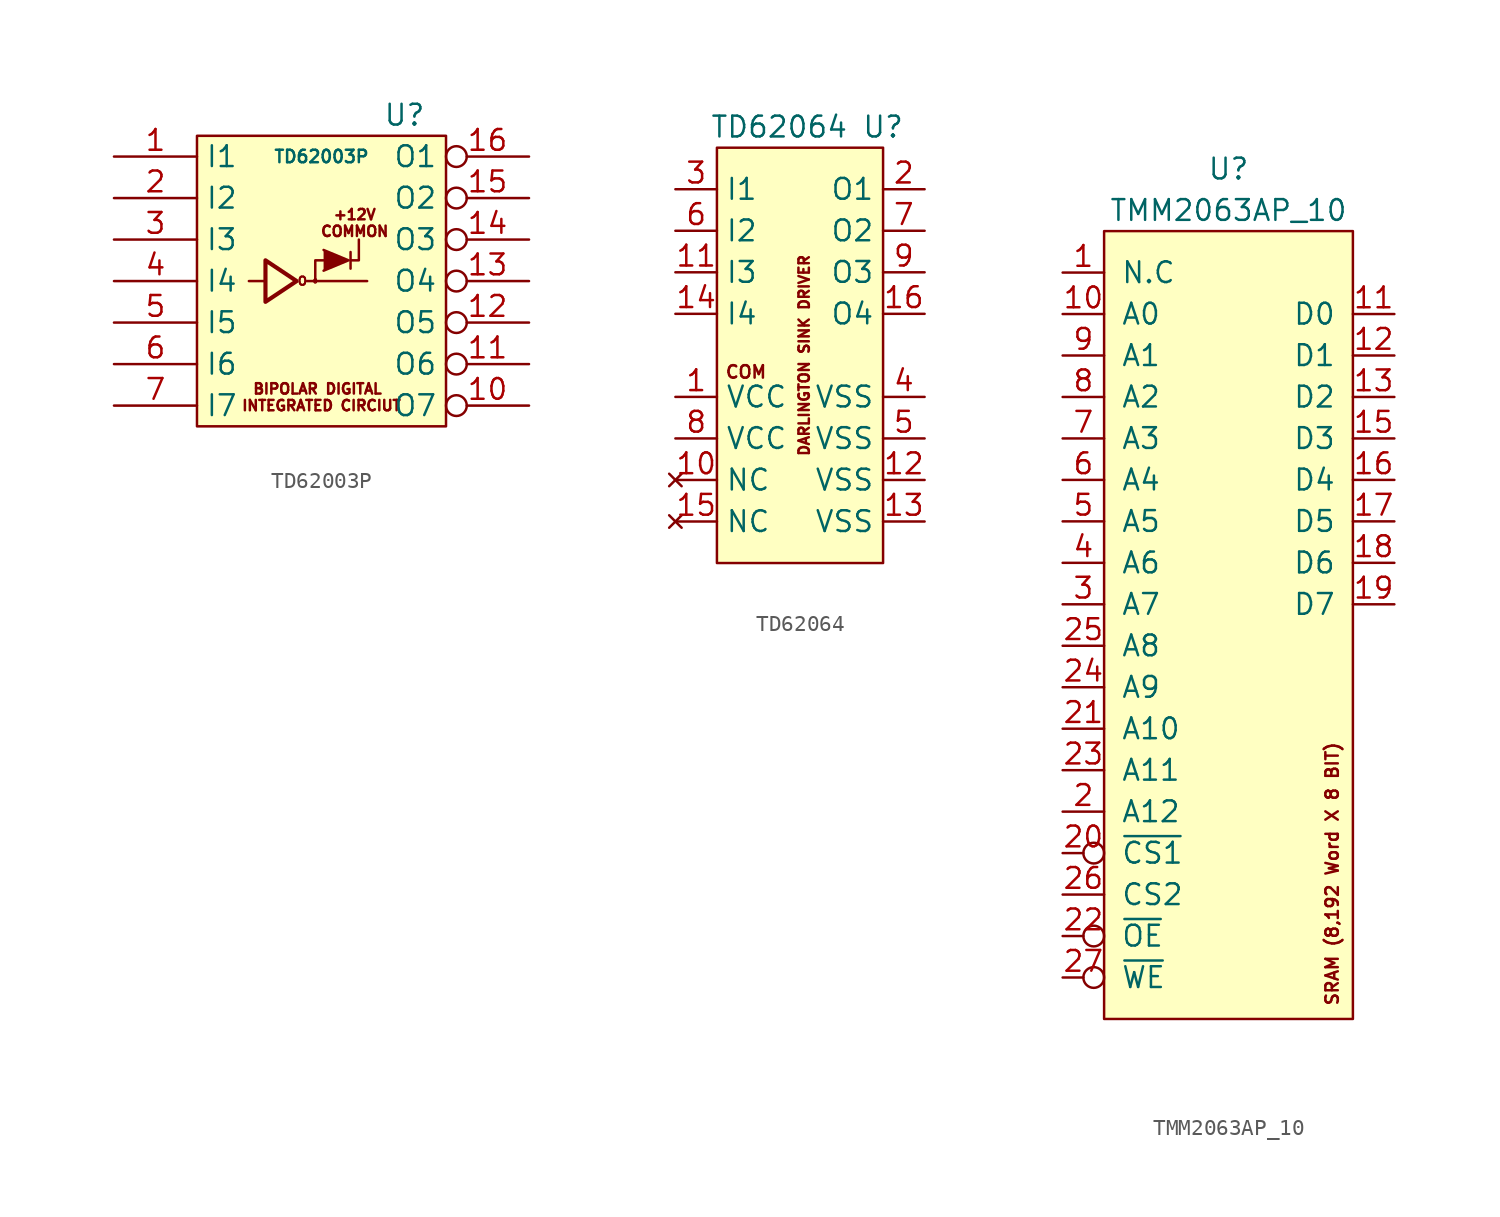
<source format=kicad_sym>
(kicad_symbol_lib
  (version 20220914)
  (generator kicad_symbol_editor)
  (symbol "TD62003P"
    (property "Reference" "U"
      (at 5.08 10.16 0)
      (effects (font (size 1.27 1.27))))
    (property "Value" "TD62003P"
      (at 0 7.62 0)
      (effects (font (size 0.762 0.762))))
    (symbol "TD62003P_0_1"
      (polyline (pts (xy 1.778 1.778) (xy 1.778 0.762)) (stroke (width 0.152) (type default)) (fill (type none)))
      (polyline (pts (xy 0.127 1.905) (xy 1.651 1.27) (xy 0.127 0.635)) (stroke (width 0) (type default)) (fill (type outline))))
    (symbol "TD62003P_1_0"
      (polyline (pts (xy -3.429 1.27) (xy -3.429 -1.27) (xy -1.524 0) (xy -3.429 1.27)) (stroke (width 0.254) (type default)) (fill (type background))))
    (symbol "TD62003P_1_1"
      (rectangle (start -7.62 8.89) (end 7.62 -8.89) (stroke (width 0) (type default)) (fill (type background)))
      (polyline (pts (xy -3.429 0) (xy -4.445 0)) (stroke (width 0) (type default)) (fill (type none)))
      (polyline (pts (xy -0.381 0) (xy 2.794 0)) (stroke (width 0) (type default)) (fill (type none)))
      (polyline (pts (xy 1.778 1.27) (xy 2.286 1.27) (xy 2.286 2.54)) (stroke (width 0) (type default)) (fill (type none)))
      (polyline (pts (xy -0.889 0) (xy -0.381 0) (xy -0.381 1.27) (xy 0.127 1.27)) (stroke (width 0) (type default)) (fill (type none)))
      (text "+12V\nCOMMON" (at 2.032 3.556 0) (effects (font (size 0.635 0.635))))
      (text "BIPOLAR DIGITAL \nINTEGRATED CIRCIUT\n\n" (at 0 -7.62 0) (effects (font (size 0.635 0.635))))
      (text "O" (at -1.168 0 0) (effects (font (size 0.508 0.508))))
      (text "O" (at -0.381 0 0) (effects (font (size 0.254 0.254))))
      (pin input line (at -12.7 7.62 0) (length 5.08) (name "I1" (effects (font (size 1.27 1.27)))) (number "1" (effects (font (size 1.27 1.27)))))
      (pin output inverted (at 12.7 -7.62 180) (length 5.08) (name "O7" (effects (font (size 1.27 1.27)))) (number "10" (effects (font (size 1.27 1.27)))))
      (pin output inverted (at 12.7 -5.08 180) (length 5.08) (name "O6" (effects (font (size 1.27 1.27)))) (number "11" (effects (font (size 1.27 1.27)))))
      (pin output inverted (at 12.7 -2.54 180) (length 5.08) (name "O5" (effects (font (size 1.27 1.27)))) (number "12" (effects (font (size 1.27 1.27)))))
      (pin output inverted (at 12.7 0 180) (length 5.08) (name "O4" (effects (font (size 1.27 1.27)))) (number "13" (effects (font (size 1.27 1.27)))))
      (pin output inverted (at 12.7 2.54 180) (length 5.08) (name "O3" (effects (font (size 1.27 1.27)))) (number "14" (effects (font (size 1.27 1.27)))))
      (pin output inverted (at 12.7 5.08 180) (length 5.08) (name "O2" (effects (font (size 1.27 1.27)))) (number "15" (effects (font (size 1.27 1.27)))))
      (pin output inverted (at 12.7 7.62 180) (length 5.08) (name "O1" (effects (font (size 1.27 1.27)))) (number "16" (effects (font (size 1.27 1.27)))))
      (pin input line (at -12.7 5.08 0) (length 5.08) (name "I2" (effects (font (size 1.27 1.27)))) (number "2" (effects (font (size 1.27 1.27)))))
      (pin input line (at -12.7 2.54 0) (length 5.08) (name "I3" (effects (font (size 1.27 1.27)))) (number "3" (effects (font (size 1.27 1.27)))))
      (pin input line (at -12.7 0 0) (length 5.08) (name "I4" (effects (font (size 1.27 1.27)))) (number "4" (effects (font (size 1.27 1.27)))))
      (pin input line (at -12.7 -2.54 0) (length 5.08) (name "I5" (effects (font (size 1.27 1.27)))) (number "5" (effects (font (size 1.27 1.27)))))
      (pin input line (at -12.7 -5.08 0) (length 5.08) (name "I6" (effects (font (size 1.27 1.27)))) (number "6" (effects (font (size 1.27 1.27)))))
      (pin input line (at -12.7 -7.62 0) (length 5.08) (name "I7" (effects (font (size 1.27 1.27)))) (number "7" (effects (font (size 1.27 1.27)))))
      (pin power_in line (at 0 -8.89 90) (length 5.08) hide (name "VSS" (effects (font (size 1.27 1.27)))) (number "8" (effects (font (size 1.27 1.27)))))
      (pin power_in line (at 0 8.89 270) (length 5.08) hide (name "VCC" (effects (font (size 1.27 1.27)))) (number "9" (effects (font (size 1.27 1.27)))))))
  (symbol "TD62064"
    (property "Reference" "U"
      (at 5.08 13.97 0)
      (effects (font (size 1.27 1.27))))
    (property "Value" "TD62064"
      (at -1.27 13.97 0)
      (effects (font (size 1.27 1.27))))
    (symbol "TD62064_0_0"
      (text "COM" (at -3.302 -1.016 0) (effects (font (size 0.762 0.762))))
      (text "DARLINGTON SINK DRIVER" (at 0.254 0 900) (effects (font (size 0.635 0.635)))))
    (symbol "TD62064_0_1"
      (rectangle (start -5.08 12.7) (end 5.08 -12.7) (stroke (width 0) (type default)) (fill (type background))))
    (symbol "TD62064_1_1"
      (pin power_in line (at -7.62 -2.54 0) (length 2.54) (name "VCC" (effects (font (size 1.27 1.27)))) (number "1" (effects (font (size 1.27 1.27)))))
      (pin no_connect line (at -7.62 -7.62 0) (length 2.54) (name "NC" (effects (font (size 1.27 1.27)))) (number "10" (effects (font (size 1.27 1.27)))))
      (pin input line (at -7.62 5.08 0) (length 2.54) (name "I3" (effects (font (size 1.27 1.27)))) (number "11" (effects (font (size 1.27 1.27)))))
      (pin power_in line (at 7.62 -7.62 180) (length 2.54) (name "VSS" (effects (font (size 1.27 1.27)))) (number "12" (effects (font (size 1.27 1.27)))))
      (pin power_in line (at 7.62 -10.16 180) (length 2.54) (name "VSS" (effects (font (size 1.27 1.27)))) (number "13" (effects (font (size 1.27 1.27)))))
      (pin input line (at -7.62 2.54 0) (length 2.54) (name "I4" (effects (font (size 1.27 1.27)))) (number "14" (effects (font (size 1.27 1.27)))))
      (pin no_connect line (at -7.62 -10.16 0) (length 2.54) (name "NC" (effects (font (size 1.27 1.27)))) (number "15" (effects (font (size 1.27 1.27)))))
      (pin open_collector line (at 7.62 2.54 180) (length 2.54) (name "O4" (effects (font (size 1.27 1.27)))) (number "16" (effects (font (size 1.27 1.27)))))
      (pin open_collector line (at 7.62 10.16 180) (length 2.54) (name "O1" (effects (font (size 1.27 1.27)))) (number "2" (effects (font (size 1.27 1.27)))))
      (pin input line (at -7.62 10.16 0) (length 2.54) (name "I1" (effects (font (size 1.27 1.27)))) (number "3" (effects (font (size 1.27 1.27)))))
      (pin power_in line (at 7.62 -2.54 180) (length 2.54) (name "VSS" (effects (font (size 1.27 1.27)))) (number "4" (effects (font (size 1.27 1.27)))))
      (pin power_in line (at 7.62 -5.08 180) (length 2.54) (name "VSS" (effects (font (size 1.27 1.27)))) (number "5" (effects (font (size 1.27 1.27)))))
      (pin input line (at -7.62 7.62 0) (length 2.54) (name "I2" (effects (font (size 1.27 1.27)))) (number "6" (effects (font (size 1.27 1.27)))))
      (pin open_collector line (at 7.62 7.62 180) (length 2.54) (name "O2" (effects (font (size 1.27 1.27)))) (number "7" (effects (font (size 1.27 1.27)))))
      (pin power_in line (at -7.62 -5.08 0) (length 2.54) (name "VCC" (effects (font (size 1.27 1.27)))) (number "8" (effects (font (size 1.27 1.27)))))
      (pin open_collector line (at 7.62 5.08 180) (length 2.54) (name "O3" (effects (font (size 1.27 1.27)))) (number "9" (effects (font (size 1.27 1.27)))))))
  (symbol "TMM2063AP_10"
    (pin_names
      (offset 1.016))
    (property "Reference" "U"
      (at 0 16.51 0)
      (effects (font (size 1.27 1.27))))
    (property "Value" "TMM2063AP_10"
      (at 0 13.97 0)
      (effects (font (size 1.27 1.27))))
    (symbol "TMM2063AP_10_0_0"
      (text "SRAM (8,192 Word X 8 BIT)" (at 6.35 -26.67 900) (effects (font (size 0.762 0.762)))))
    (symbol "TMM2063AP_10_0_1"
      (rectangle (start -7.62 12.7) (end 7.62 -35.56) (stroke (width 0) (type default)) (fill (type background))))
    (symbol "TMM2063AP_10_1_1"
      (pin input line (at -10.16 10.16 0) (length 2.54) (name "N.C" (effects (font (size 1.27 1.27)))) (number "1" (effects (font (size 1.27 1.27)))))
      (pin input line (at -10.16 7.62 0) (length 2.54) (name "A0" (effects (font (size 1.27 1.27)))) (number "10" (effects (font (size 1.27 1.27)))))
      (pin bidirectional line (at 10.16 7.62 180) (length 2.54) (name "D0" (effects (font (size 1.27 1.27)))) (number "11" (effects (font (size 1.27 1.27)))))
      (pin bidirectional line (at 10.16 5.08 180) (length 2.54) (name "D1" (effects (font (size 1.27 1.27)))) (number "12" (effects (font (size 1.27 1.27)))))
      (pin bidirectional line (at 10.16 2.54 180) (length 2.54) (name "D2" (effects (font (size 1.27 1.27)))) (number "13" (effects (font (size 1.27 1.27)))))
      (pin power_in line (at 0 -35.56 90) (length 2.54) hide (name "VSS" (effects (font (size 1.27 1.27)))) (number "14" (effects (font (size 1.27 1.27)))))
      (pin bidirectional line (at 10.16 0 180) (length 2.54) (name "D3" (effects (font (size 1.27 1.27)))) (number "15" (effects (font (size 1.27 1.27)))))
      (pin bidirectional line (at 10.16 -2.54 180) (length 2.54) (name "D4" (effects (font (size 1.27 1.27)))) (number "16" (effects (font (size 1.27 1.27)))))
      (pin bidirectional line (at 10.16 -5.08 180) (length 2.54) (name "D5" (effects (font (size 1.27 1.27)))) (number "17" (effects (font (size 1.27 1.27)))))
      (pin bidirectional line (at 10.16 -7.62 180) (length 2.54) (name "D6" (effects (font (size 1.27 1.27)))) (number "18" (effects (font (size 1.27 1.27)))))
      (pin bidirectional line (at 10.16 -10.16 180) (length 2.54) (name "D7" (effects (font (size 1.27 1.27)))) (number "19" (effects (font (size 1.27 1.27)))))
      (pin input line (at -10.16 -22.86 0) (length 2.54) (name "A12" (effects (font (size 1.27 1.27)))) (number "2" (effects (font (size 1.27 1.27)))))
      (pin input inverted (at -10.16 -25.4 0) (length 2.54) (name "~{CS1}" (effects (font (size 1.27 1.27)))) (number "20" (effects (font (size 1.27 1.27)))))
      (pin input line (at -10.16 -17.78 0) (length 2.54) (name "A10" (effects (font (size 1.27 1.27)))) (number "21" (effects (font (size 1.27 1.27)))))
      (pin input inverted (at -10.16 -30.48 0) (length 2.54) (name "~{OE}" (effects (font (size 1.27 1.27)))) (number "22" (effects (font (size 1.27 1.27)))))
      (pin input line (at -10.16 -20.32 0) (length 2.54) (name "A11" (effects (font (size 1.27 1.27)))) (number "23" (effects (font (size 1.27 1.27)))))
      (pin input line (at -10.16 -15.24 0) (length 2.54) (name "A9" (effects (font (size 1.27 1.27)))) (number "24" (effects (font (size 1.27 1.27)))))
      (pin input line (at -10.16 -12.7 0) (length 2.54) (name "A8" (effects (font (size 1.27 1.27)))) (number "25" (effects (font (size 1.27 1.27)))))
      (pin input line (at -10.16 -27.94 0) (length 2.54) (name "CS2" (effects (font (size 1.27 1.27)))) (number "26" (effects (font (size 1.27 1.27)))))
      (pin input inverted (at -10.16 -33.02 0) (length 2.54) (name "~{WE}" (effects (font (size 1.27 1.27)))) (number "27" (effects (font (size 1.27 1.27)))))
      (pin power_in line (at 0 12.7 270) (length 2.54) hide (name "VCC" (effects (font (size 1.27 1.27)))) (number "28" (effects (font (size 1.27 1.27)))))
      (pin input line (at -10.16 -10.16 0) (length 2.54) (name "A7" (effects (font (size 1.27 1.27)))) (number "3" (effects (font (size 1.27 1.27)))))
      (pin input line (at -10.16 -7.62 0) (length 2.54) (name "A6" (effects (font (size 1.27 1.27)))) (number "4" (effects (font (size 1.27 1.27)))))
      (pin input line (at -10.16 -5.08 0) (length 2.54) (name "A5" (effects (font (size 1.27 1.27)))) (number "5" (effects (font (size 1.27 1.27)))))
      (pin input line (at -10.16 -2.54 0) (length 2.54) (name "A4" (effects (font (size 1.27 1.27)))) (number "6" (effects (font (size 1.27 1.27)))))
      (pin input line (at -10.16 0 0) (length 2.54) (name "A3" (effects (font (size 1.27 1.27)))) (number "7" (effects (font (size 1.27 1.27)))))
      (pin input line (at -10.16 2.54 0) (length 2.54) (name "A2" (effects (font (size 1.27 1.27)))) (number "8" (effects (font (size 1.27 1.27)))))
      (pin input line (at -10.16 5.08 0) (length 2.54) (name "A1" (effects (font (size 1.27 1.27)))) (number "9" (effects (font (size 1.27 1.27))))))))
</source>
